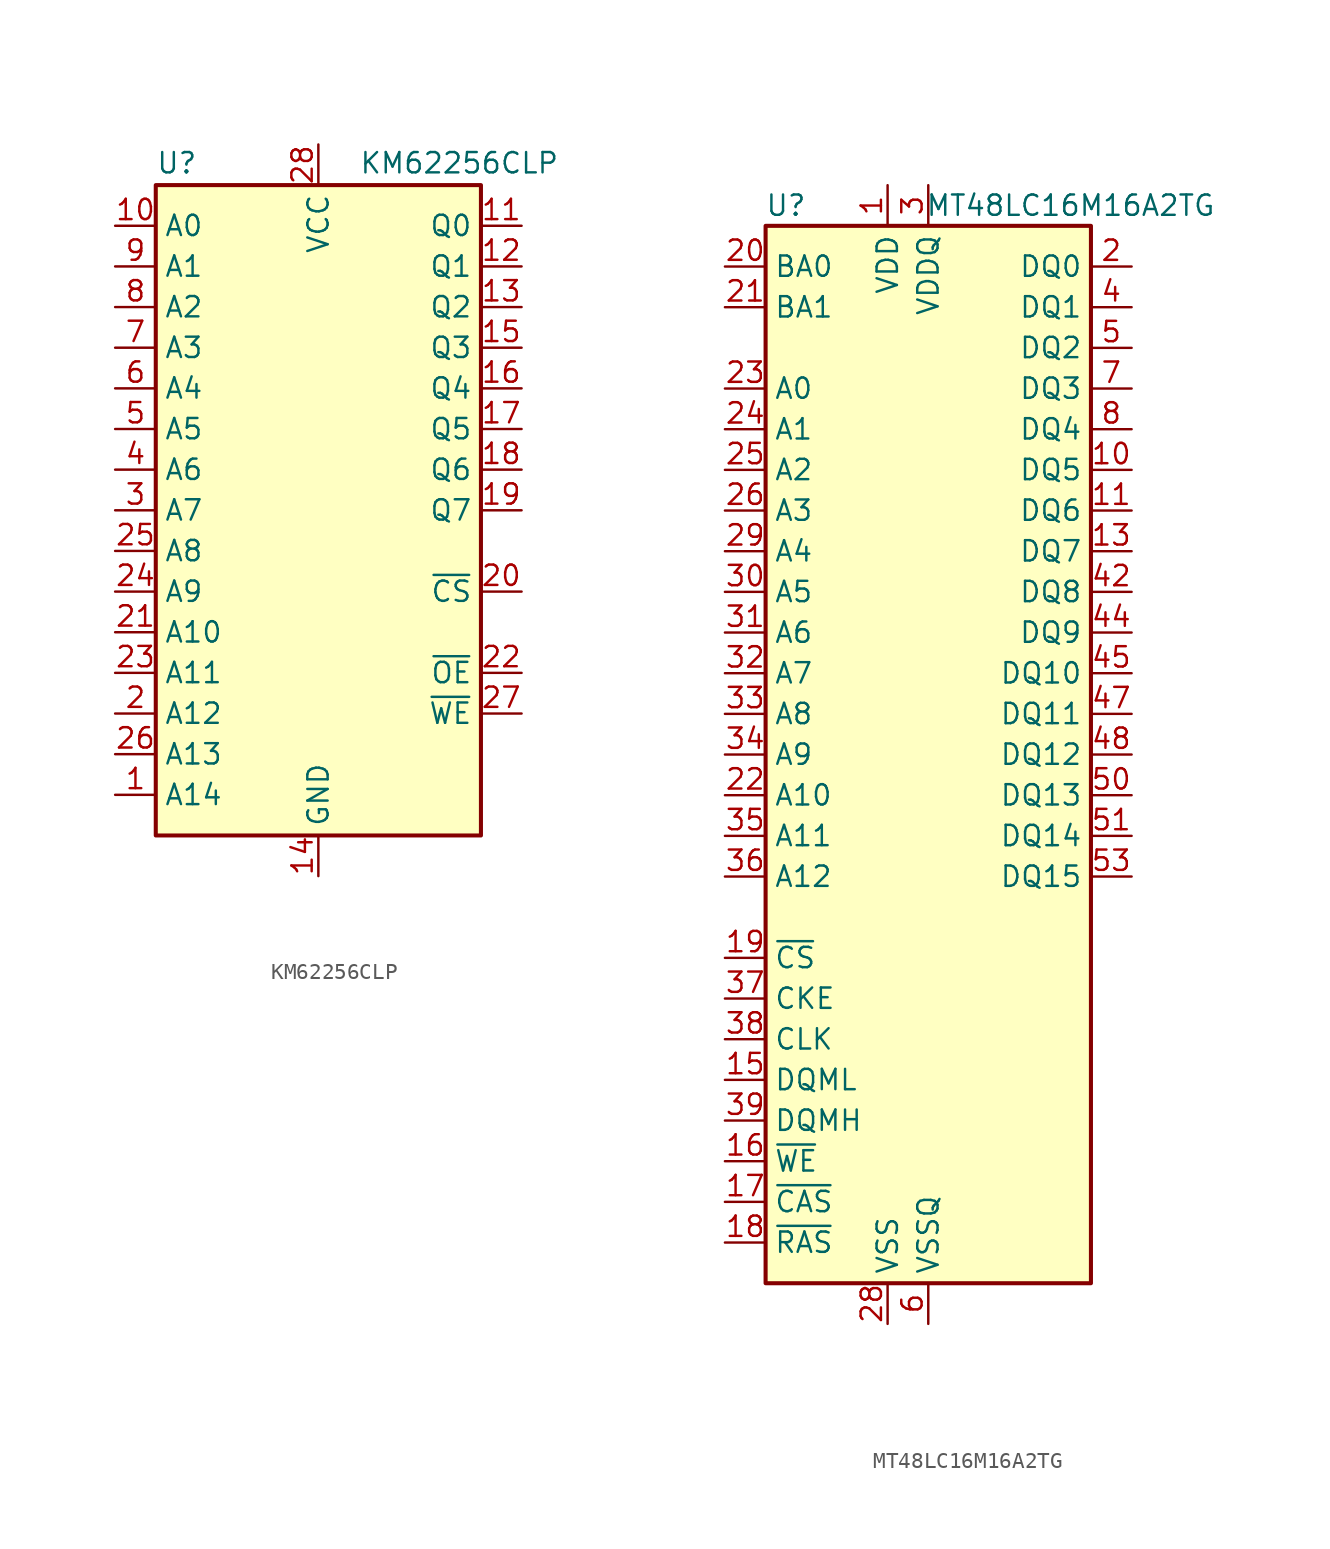
<source format=kicad_sym>
(kicad_symbol_lib
  (version 20201005)
  (generator kicad_symbol_editor)
  (symbol "KM62256CLP"
    (property "Reference" "U"
      (at -10.16 20.955 0)
      (effects (font (size 1.27 1.27)) (justify left bottom)))
    (property "Value" "KM62256CLP"
      (at 2.54 20.955 0)
      (effects (font (size 1.27 1.27)) (justify left bottom)))
    (symbol "KM62256CLP_0_0"
      (pin power_in line (at 0 -22.86 90) (length 2.54) (name "GND" (effects (font (size 1.27 1.27)))) (number "14" (effects (font (size 1.27 1.27)))))
      (pin power_in line (at 0 22.86 270) (length 2.54) (name "VCC" (effects (font (size 1.27 1.27)))) (number "28" (effects (font (size 1.27 1.27))))))
    (symbol "KM62256CLP_0_1"
      (rectangle (start -10.16 20.32) (end 10.16 -20.32) (stroke (width 0.254)) (fill (type background))))
    (symbol "KM62256CLP_1_1"
      (pin input line (at -12.7 -17.78 0) (length 2.54) (name "A14" (effects (font (size 1.27 1.27)))) (number "1" (effects (font (size 1.27 1.27)))))
      (pin input line (at -12.7 17.78 0) (length 2.54) (name "A0" (effects (font (size 1.27 1.27)))) (number "10" (effects (font (size 1.27 1.27)))))
      (pin tri_state line (at 12.7 17.78 180) (length 2.54) (name "Q0" (effects (font (size 1.27 1.27)))) (number "11" (effects (font (size 1.27 1.27)))))
      (pin tri_state line (at 12.7 15.24 180) (length 2.54) (name "Q1" (effects (font (size 1.27 1.27)))) (number "12" (effects (font (size 1.27 1.27)))))
      (pin tri_state line (at 12.7 12.7 180) (length 2.54) (name "Q2" (effects (font (size 1.27 1.27)))) (number "13" (effects (font (size 1.27 1.27)))))
      (pin tri_state line (at 12.7 10.16 180) (length 2.54) (name "Q3" (effects (font (size 1.27 1.27)))) (number "15" (effects (font (size 1.27 1.27)))))
      (pin tri_state line (at 12.7 7.62 180) (length 2.54) (name "Q4" (effects (font (size 1.27 1.27)))) (number "16" (effects (font (size 1.27 1.27)))))
      (pin tri_state line (at 12.7 5.08 180) (length 2.54) (name "Q5" (effects (font (size 1.27 1.27)))) (number "17" (effects (font (size 1.27 1.27)))))
      (pin tri_state line (at 12.7 2.54 180) (length 2.54) (name "Q6" (effects (font (size 1.27 1.27)))) (number "18" (effects (font (size 1.27 1.27)))))
      (pin tri_state line (at 12.7 0 180) (length 2.54) (name "Q7" (effects (font (size 1.27 1.27)))) (number "19" (effects (font (size 1.27 1.27)))))
      (pin input line (at -12.7 -12.7 0) (length 2.54) (name "A12" (effects (font (size 1.27 1.27)))) (number "2" (effects (font (size 1.27 1.27)))))
      (pin input line (at 12.7 -5.08 180) (length 2.54) (name "~CS" (effects (font (size 1.27 1.27)))) (number "20" (effects (font (size 1.27 1.27)))))
      (pin input line (at -12.7 -7.62 0) (length 2.54) (name "A10" (effects (font (size 1.27 1.27)))) (number "21" (effects (font (size 1.27 1.27)))))
      (pin input line (at 12.7 -10.16 180) (length 2.54) (name "~OE" (effects (font (size 1.27 1.27)))) (number "22" (effects (font (size 1.27 1.27)))))
      (pin input line (at -12.7 -10.16 0) (length 2.54) (name "A11" (effects (font (size 1.27 1.27)))) (number "23" (effects (font (size 1.27 1.27)))))
      (pin input line (at -12.7 -5.08 0) (length 2.54) (name "A9" (effects (font (size 1.27 1.27)))) (number "24" (effects (font (size 1.27 1.27)))))
      (pin input line (at -12.7 -2.54 0) (length 2.54) (name "A8" (effects (font (size 1.27 1.27)))) (number "25" (effects (font (size 1.27 1.27)))))
      (pin input line (at -12.7 -15.24 0) (length 2.54) (name "A13" (effects (font (size 1.27 1.27)))) (number "26" (effects (font (size 1.27 1.27)))))
      (pin input line (at 12.7 -12.7 180) (length 2.54) (name "~WE" (effects (font (size 1.27 1.27)))) (number "27" (effects (font (size 1.27 1.27)))))
      (pin input line (at -12.7 0 0) (length 2.54) (name "A7" (effects (font (size 1.27 1.27)))) (number "3" (effects (font (size 1.27 1.27)))))
      (pin input line (at -12.7 2.54 0) (length 2.54) (name "A6" (effects (font (size 1.27 1.27)))) (number "4" (effects (font (size 1.27 1.27)))))
      (pin input line (at -12.7 5.08 0) (length 2.54) (name "A5" (effects (font (size 1.27 1.27)))) (number "5" (effects (font (size 1.27 1.27)))))
      (pin input line (at -12.7 7.62 0) (length 2.54) (name "A4" (effects (font (size 1.27 1.27)))) (number "6" (effects (font (size 1.27 1.27)))))
      (pin input line (at -12.7 10.16 0) (length 2.54) (name "A3" (effects (font (size 1.27 1.27)))) (number "7" (effects (font (size 1.27 1.27)))))
      (pin input line (at -12.7 12.7 0) (length 2.54) (name "A2" (effects (font (size 1.27 1.27)))) (number "8" (effects (font (size 1.27 1.27)))))
      (pin input line (at -12.7 15.24 0) (length 2.54) (name "A1" (effects (font (size 1.27 1.27)))) (number "9" (effects (font (size 1.27 1.27)))))))
  (symbol "MT48LC16M16A2TG"
    (property "Reference" "U"
      (at -8.89 34.29 0)
      (effects (font (size 1.27 1.27))))
    (property "Value" "MT48LC16M16A2TG"
      (at 8.89 34.29 0)
      (effects (font (size 1.27 1.27))))
    (symbol "MT48LC16M16A2TG_0_1"
      (rectangle (start -10.16 33.02) (end 10.16 -33.02) (stroke (width 0.254)) (fill (type background))))
    (symbol "MT48LC16M16A2TG_1_1"
      (pin power_in line (at -2.54 35.56 270) (length 2.54) (name "VDD" (effects (font (size 1.27 1.27)))) (number "1" (effects (font (size 1.27 1.27)))))
      (pin bidirectional line (at 12.7 17.78 180) (length 2.54) (name "DQ5" (effects (font (size 1.27 1.27)))) (number "10" (effects (font (size 1.27 1.27)))))
      (pin bidirectional line (at 12.7 15.24 180) (length 2.54) (name "DQ6" (effects (font (size 1.27 1.27)))) (number "11" (effects (font (size 1.27 1.27)))))
      (pin passive line (at 0 -35.56 90) (length 2.54) hide (name "VSSQ" (effects (font (size 1.27 1.27)))) (number "12" (effects (font (size 1.27 1.27)))))
      (pin bidirectional line (at 12.7 12.7 180) (length 2.54) (name "DQ7" (effects (font (size 1.27 1.27)))) (number "13" (effects (font (size 1.27 1.27)))))
      (pin passive line (at -2.54 35.56 270) (length 2.54) hide (name "VDD" (effects (font (size 1.27 1.27)))) (number "14" (effects (font (size 1.27 1.27)))))
      (pin input line (at -12.7 -20.32 0) (length 2.54) (name "DQML" (effects (font (size 1.27 1.27)))) (number "15" (effects (font (size 1.27 1.27)))))
      (pin input line (at -12.7 -25.4 0) (length 2.54) (name "~WE~" (effects (font (size 1.27 1.27)))) (number "16" (effects (font (size 1.27 1.27)))))
      (pin input line (at -12.7 -27.94 0) (length 2.54) (name "~CAS~" (effects (font (size 1.27 1.27)))) (number "17" (effects (font (size 1.27 1.27)))))
      (pin input line (at -12.7 -30.48 0) (length 2.54) (name "~RAS~" (effects (font (size 1.27 1.27)))) (number "18" (effects (font (size 1.27 1.27)))))
      (pin input line (at -12.7 -12.7 0) (length 2.54) (name "~CS~" (effects (font (size 1.27 1.27)))) (number "19" (effects (font (size 1.27 1.27)))))
      (pin bidirectional line (at 12.7 30.48 180) (length 2.54) (name "DQ0" (effects (font (size 1.27 1.27)))) (number "2" (effects (font (size 1.27 1.27)))))
      (pin input line (at -12.7 30.48 0) (length 2.54) (name "BA0" (effects (font (size 1.27 1.27)))) (number "20" (effects (font (size 1.27 1.27)))))
      (pin input line (at -12.7 27.94 0) (length 2.54) (name "BA1" (effects (font (size 1.27 1.27)))) (number "21" (effects (font (size 1.27 1.27)))))
      (pin input line (at -12.7 -2.54 0) (length 2.54) (name "A10" (effects (font (size 1.27 1.27)))) (number "22" (effects (font (size 1.27 1.27)))))
      (pin input line (at -12.7 22.86 0) (length 2.54) (name "A0" (effects (font (size 1.27 1.27)))) (number "23" (effects (font (size 1.27 1.27)))))
      (pin input line (at -12.7 20.32 0) (length 2.54) (name "A1" (effects (font (size 1.27 1.27)))) (number "24" (effects (font (size 1.27 1.27)))))
      (pin input line (at -12.7 17.78 0) (length 2.54) (name "A2" (effects (font (size 1.27 1.27)))) (number "25" (effects (font (size 1.27 1.27)))))
      (pin input line (at -12.7 15.24 0) (length 2.54) (name "A3" (effects (font (size 1.27 1.27)))) (number "26" (effects (font (size 1.27 1.27)))))
      (pin passive line (at -2.54 35.56 270) (length 2.54) hide (name "VDD" (effects (font (size 1.27 1.27)))) (number "27" (effects (font (size 1.27 1.27)))))
      (pin power_in line (at -2.54 -35.56 90) (length 2.54) (name "VSS" (effects (font (size 1.27 1.27)))) (number "28" (effects (font (size 1.27 1.27)))))
      (pin input line (at -12.7 12.7 0) (length 2.54) (name "A4" (effects (font (size 1.27 1.27)))) (number "29" (effects (font (size 1.27 1.27)))))
      (pin power_in line (at 0 35.56 270) (length 2.54) (name "VDDQ" (effects (font (size 1.27 1.27)))) (number "3" (effects (font (size 1.27 1.27)))))
      (pin input line (at -12.7 10.16 0) (length 2.54) (name "A5" (effects (font (size 1.27 1.27)))) (number "30" (effects (font (size 1.27 1.27)))))
      (pin input line (at -12.7 7.62 0) (length 2.54) (name "A6" (effects (font (size 1.27 1.27)))) (number "31" (effects (font (size 1.27 1.27)))))
      (pin input line (at -12.7 5.08 0) (length 2.54) (name "A7" (effects (font (size 1.27 1.27)))) (number "32" (effects (font (size 1.27 1.27)))))
      (pin input line (at -12.7 2.54 0) (length 2.54) (name "A8" (effects (font (size 1.27 1.27)))) (number "33" (effects (font (size 1.27 1.27)))))
      (pin input line (at -12.7 0 0) (length 2.54) (name "A9" (effects (font (size 1.27 1.27)))) (number "34" (effects (font (size 1.27 1.27)))))
      (pin input line (at -12.7 -5.08 0) (length 2.54) (name "A11" (effects (font (size 1.27 1.27)))) (number "35" (effects (font (size 1.27 1.27)))))
      (pin input line (at -12.7 -7.62 0) (length 2.54) (name "A12" (effects (font (size 1.27 1.27)))) (number "36" (effects (font (size 1.27 1.27)))))
      (pin input line (at -12.7 -15.24 0) (length 2.54) (name "CKE" (effects (font (size 1.27 1.27)))) (number "37" (effects (font (size 1.27 1.27)))))
      (pin input line (at -12.7 -17.78 0) (length 2.54) (name "CLK" (effects (font (size 1.27 1.27)))) (number "38" (effects (font (size 1.27 1.27)))))
      (pin input line (at -12.7 -22.86 0) (length 2.54) (name "DQMH" (effects (font (size 1.27 1.27)))) (number "39" (effects (font (size 1.27 1.27)))))
      (pin bidirectional line (at 12.7 27.94 180) (length 2.54) (name "DQ1" (effects (font (size 1.27 1.27)))) (number "4" (effects (font (size 1.27 1.27)))))
      (pin no_connect line (at 10.16 -20.32 180) (length 2.54) hide (name "NC" (effects (font (size 1.27 1.27)))) (number "40" (effects (font (size 1.27 1.27)))))
      (pin passive line (at -2.54 -35.56 90) (length 2.54) hide (name "VSS" (effects (font (size 1.27 1.27)))) (number "41" (effects (font (size 1.27 1.27)))))
      (pin bidirectional line (at 12.7 10.16 180) (length 2.54) (name "DQ8" (effects (font (size 1.27 1.27)))) (number "42" (effects (font (size 1.27 1.27)))))
      (pin passive line (at 0 35.56 270) (length 2.54) hide (name "VDDQ" (effects (font (size 1.27 1.27)))) (number "43" (effects (font (size 1.27 1.27)))))
      (pin bidirectional line (at 12.7 7.62 180) (length 2.54) (name "DQ9" (effects (font (size 1.27 1.27)))) (number "44" (effects (font (size 1.27 1.27)))))
      (pin bidirectional line (at 12.7 5.08 180) (length 2.54) (name "DQ10" (effects (font (size 1.27 1.27)))) (number "45" (effects (font (size 1.27 1.27)))))
      (pin passive line (at 0 -35.56 90) (length 2.54) hide (name "VSSQ" (effects (font (size 1.27 1.27)))) (number "46" (effects (font (size 1.27 1.27)))))
      (pin bidirectional line (at 12.7 2.54 180) (length 2.54) (name "DQ11" (effects (font (size 1.27 1.27)))) (number "47" (effects (font (size 1.27 1.27)))))
      (pin bidirectional line (at 12.7 0 180) (length 2.54) (name "DQ12" (effects (font (size 1.27 1.27)))) (number "48" (effects (font (size 1.27 1.27)))))
      (pin passive line (at 0 35.56 270) (length 2.54) hide (name "VDDQ" (effects (font (size 1.27 1.27)))) (number "49" (effects (font (size 1.27 1.27)))))
      (pin bidirectional line (at 12.7 25.4 180) (length 2.54) (name "DQ2" (effects (font (size 1.27 1.27)))) (number "5" (effects (font (size 1.27 1.27)))))
      (pin bidirectional line (at 12.7 -2.54 180) (length 2.54) (name "DQ13" (effects (font (size 1.27 1.27)))) (number "50" (effects (font (size 1.27 1.27)))))
      (pin bidirectional line (at 12.7 -5.08 180) (length 2.54) (name "DQ14" (effects (font (size 1.27 1.27)))) (number "51" (effects (font (size 1.27 1.27)))))
      (pin passive line (at 0 -35.56 90) (length 2.54) hide (name "VSSQ" (effects (font (size 1.27 1.27)))) (number "52" (effects (font (size 1.27 1.27)))))
      (pin bidirectional line (at 12.7 -7.62 180) (length 2.54) (name "DQ15" (effects (font (size 1.27 1.27)))) (number "53" (effects (font (size 1.27 1.27)))))
      (pin passive line (at -2.54 -35.56 90) (length 2.54) hide (name "VSS" (effects (font (size 1.27 1.27)))) (number "54" (effects (font (size 1.27 1.27)))))
      (pin power_in line (at 0 -35.56 90) (length 2.54) (name "VSSQ" (effects (font (size 1.27 1.27)))) (number "6" (effects (font (size 1.27 1.27)))))
      (pin bidirectional line (at 12.7 22.86 180) (length 2.54) (name "DQ3" (effects (font (size 1.27 1.27)))) (number "7" (effects (font (size 1.27 1.27)))))
      (pin bidirectional line (at 12.7 20.32 180) (length 2.54) (name "DQ4" (effects (font (size 1.27 1.27)))) (number "8" (effects (font (size 1.27 1.27)))))
      (pin passive line (at 0 35.56 270) (length 2.54) hide (name "VDDQ" (effects (font (size 1.27 1.27)))) (number "9" (effects (font (size 1.27 1.27))))))))
</source>
